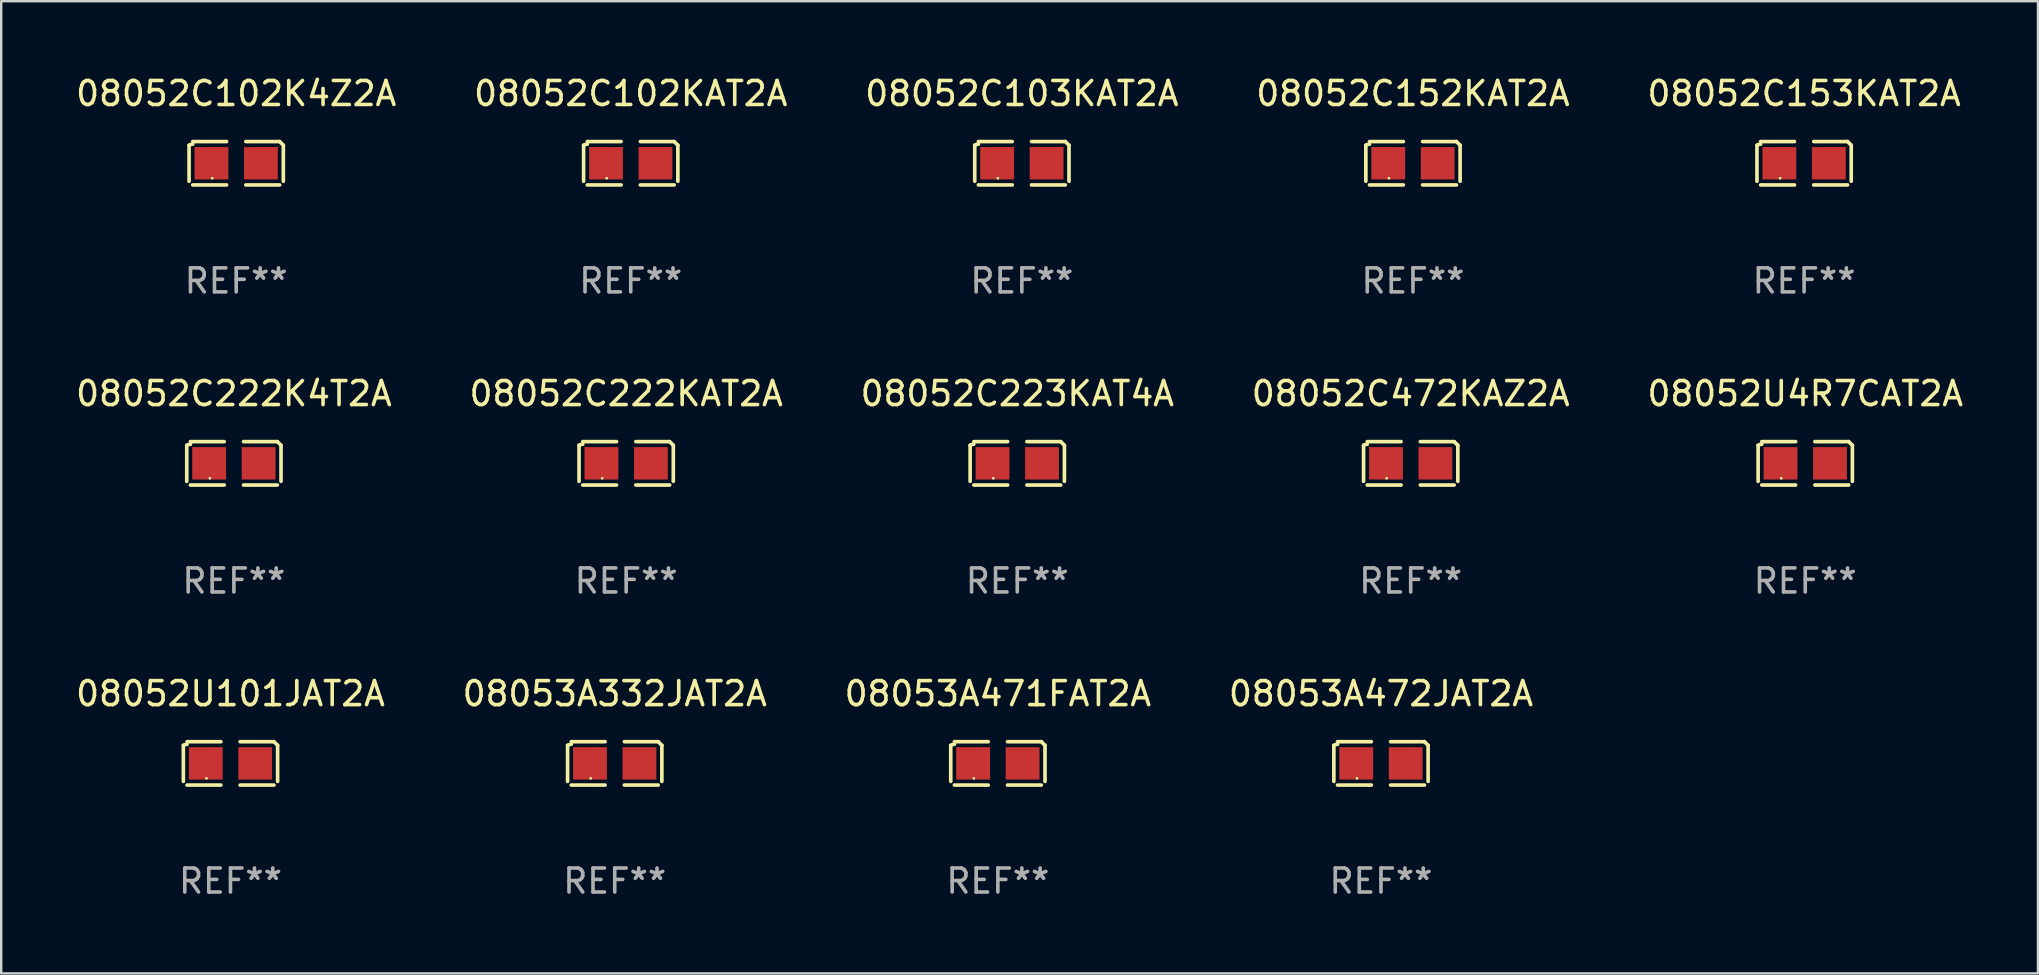
<source format=kicad_pcb>
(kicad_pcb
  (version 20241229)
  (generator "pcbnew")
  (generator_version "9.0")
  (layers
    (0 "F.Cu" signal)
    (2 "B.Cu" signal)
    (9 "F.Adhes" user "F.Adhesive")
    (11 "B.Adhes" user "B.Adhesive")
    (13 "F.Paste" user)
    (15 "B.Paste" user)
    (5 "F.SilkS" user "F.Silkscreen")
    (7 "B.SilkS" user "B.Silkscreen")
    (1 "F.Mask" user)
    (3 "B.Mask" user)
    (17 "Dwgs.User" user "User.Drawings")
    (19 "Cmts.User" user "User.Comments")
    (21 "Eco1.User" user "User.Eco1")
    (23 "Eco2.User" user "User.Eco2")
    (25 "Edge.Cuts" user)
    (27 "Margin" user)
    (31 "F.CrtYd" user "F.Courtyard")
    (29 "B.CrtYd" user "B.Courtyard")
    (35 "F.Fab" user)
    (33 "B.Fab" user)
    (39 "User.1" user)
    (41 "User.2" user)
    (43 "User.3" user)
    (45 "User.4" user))
  (footprint "08053A332JAT2A"
    (layer "F.Cu")
    (at 22.565 28.759)
    (property "Reference" "08053A332JAT2A" (at 0 -2.904 0) (layer "F.SilkS") (effects (font (size 1 1) (thickness 0.15))))
    (attr through_hole)
    (fp_line (start -1.964 0.751) (end -1.964 -0.751) (stroke (width 0.152) (type solid)) (layer "F.SilkS"))
    (fp_line (start -1.811 -0.904) (end -0.401 -0.904) (stroke (width 0.152) (type solid)) (layer "F.SilkS"))
    (fp_line (start -0.401 0.904) (end -1.811 0.904) (stroke (width 0.152) (type solid)) (layer "F.SilkS"))
    (fp_line (start 0.401 0.904) (end 1.811 0.904) (stroke (width 0.152) (type solid)) (layer "F.SilkS"))
    (fp_line (start 1.811 -0.904) (end 0.401 -0.904) (stroke (width 0.152) (type solid)) (layer "F.SilkS"))
    (fp_line (start 1.964 0.751) (end 1.964 -0.751) (stroke (width 0.152) (type solid)) (layer "F.SilkS"))
    (fp_arc (start -1.963602 -0.751207) (mid -1.890354 -0.783131) (end -1.811201 -0.794044) (stroke (width 0.1524) (type solid)) (layer "F.SilkS"))
    (fp_arc (start 1.811202 -0.903607) (mid 1.887413 -0.827418) (end 1.963602 -0.751207) (stroke (width 0.1524) (type solid)) (layer "F.SilkS"))
    (fp_circle (center -1 0.625) (end -0.97 0.625) (stroke (width 0.06) (type solid)) (fill no) (layer "F.SilkS"))
    (fp_text user "REF**" (at 0 4.904 0) (layer "F.Fab") (effects (font (size 1 1) (thickness 0.15))))
    (pad "1" smd rect (at -1.03 0) (size 1.41 1.35) (layers "F.Cu" "F.Mask" "F.Paste"))
    (pad "2" smd rect (at 1.03 0) (size 1.41 1.35) (layers "F.Cu" "F.Mask" "F.Paste")))
  (footprint "08052C102K4Z2A"
    (layer "F.Cu")
    (at 6.792 3.752)
    (property "Reference" "08052C102K4Z2A" (at 0 -2.904 0) (layer "F.SilkS") (effects (font (size 1 1) (thickness 0.15))))
    (attr through_hole)
    (fp_line (start -1.964 0.751) (end -1.964 -0.751) (stroke (width 0.152) (type solid)) (layer "F.SilkS"))
    (fp_line (start -1.811 -0.904) (end -0.401 -0.904) (stroke (width 0.152) (type solid)) (layer "F.SilkS"))
    (fp_line (start -0.401 0.904) (end -1.811 0.904) (stroke (width 0.152) (type solid)) (layer "F.SilkS"))
    (fp_line (start 0.401 0.904) (end 1.811 0.904) (stroke (width 0.152) (type solid)) (layer "F.SilkS"))
    (fp_line (start 1.811 -0.904) (end 0.401 -0.904) (stroke (width 0.152) (type solid)) (layer "F.SilkS"))
    (fp_line (start 1.964 0.751) (end 1.964 -0.751) (stroke (width 0.152) (type solid)) (layer "F.SilkS"))
    (fp_arc (start -1.963602 -0.751207) (mid -1.890354 -0.783131) (end -1.811201 -0.794044) (stroke (width 0.1524) (type solid)) (layer "F.SilkS"))
    (fp_arc (start 1.811202 -0.903607) (mid 1.887413 -0.827418) (end 1.963602 -0.751207) (stroke (width 0.1524) (type solid)) (layer "F.SilkS"))
    (fp_circle (center -1 0.625) (end -0.97 0.625) (stroke (width 0.06) (type solid)) (fill no) (layer "F.SilkS"))
    (fp_text user "REF**" (at 0 4.904 0) (layer "F.Fab") (effects (font (size 1 1) (thickness 0.15))))
    (pad "1" smd rect (at -1.03 0) (size 1.41 1.35) (layers "F.Cu" "F.Mask" "F.Paste"))
    (pad "2" smd rect (at 1.03 0) (size 1.41 1.35) (layers "F.Cu" "F.Mask" "F.Paste")))
  (footprint "08053A471FAT2A"
    (layer "F.Cu")
    (at 38.53 28.759)
    (property "Reference" "08053A471FAT2A" (at 0 -2.904 0) (layer "F.SilkS") (effects (font (size 1 1) (thickness 0.15))))
    (attr through_hole)
    (fp_line (start -1.964 0.751) (end -1.964 -0.751) (stroke (width 0.152) (type solid)) (layer "F.SilkS"))
    (fp_line (start -1.811 -0.904) (end -0.401 -0.904) (stroke (width 0.152) (type solid)) (layer "F.SilkS"))
    (fp_line (start -0.401 0.904) (end -1.811 0.904) (stroke (width 0.152) (type solid)) (layer "F.SilkS"))
    (fp_line (start 0.401 0.904) (end 1.811 0.904) (stroke (width 0.152) (type solid)) (layer "F.SilkS"))
    (fp_line (start 1.811 -0.904) (end 0.401 -0.904) (stroke (width 0.152) (type solid)) (layer "F.SilkS"))
    (fp_line (start 1.964 0.751) (end 1.964 -0.751) (stroke (width 0.152) (type solid)) (layer "F.SilkS"))
    (fp_arc (start -1.963602 -0.751207) (mid -1.890354 -0.783131) (end -1.811201 -0.794044) (stroke (width 0.1524) (type solid)) (layer "F.SilkS"))
    (fp_arc (start 1.811202 -0.903607) (mid 1.887413 -0.827418) (end 1.963602 -0.751207) (stroke (width 0.1524) (type solid)) (layer "F.SilkS"))
    (fp_circle (center -1 0.625) (end -0.97 0.625) (stroke (width 0.06) (type solid)) (fill no) (layer "F.SilkS"))
    (fp_text user "REF**" (at 0 4.904 0) (layer "F.Fab") (effects (font (size 1 1) (thickness 0.15))))
    (pad "1" smd rect (at -1.03 0) (size 1.41 1.35) (layers "F.Cu" "F.Mask" "F.Paste"))
    (pad "2" smd rect (at 1.03 0) (size 1.41 1.35) (layers "F.Cu" "F.Mask" "F.Paste")))
  (footprint "08052C222K4T2A"
    (layer "F.Cu")
    (at 6.696 16.256)
    (property "Reference" "08052C222K4T2A" (at 0 -2.904 0) (layer "F.SilkS") (effects (font (size 1 1) (thickness 0.15))))
    (attr through_hole)
    (fp_line (start -1.964 0.751) (end -1.964 -0.751) (stroke (width 0.152) (type solid)) (layer "F.SilkS"))
    (fp_line (start -1.811 -0.904) (end -0.401 -0.904) (stroke (width 0.152) (type solid)) (layer "F.SilkS"))
    (fp_line (start -0.401 0.904) (end -1.811 0.904) (stroke (width 0.152) (type solid)) (layer "F.SilkS"))
    (fp_line (start 0.401 0.904) (end 1.811 0.904) (stroke (width 0.152) (type solid)) (layer "F.SilkS"))
    (fp_line (start 1.811 -0.904) (end 0.401 -0.904) (stroke (width 0.152) (type solid)) (layer "F.SilkS"))
    (fp_line (start 1.964 0.751) (end 1.964 -0.751) (stroke (width 0.152) (type solid)) (layer "F.SilkS"))
    (fp_arc (start -1.963602 -0.751207) (mid -1.890354 -0.783131) (end -1.811201 -0.794044) (stroke (width 0.1524) (type solid)) (layer "F.SilkS"))
    (fp_arc (start 1.811202 -0.903607) (mid 1.887413 -0.827418) (end 1.963602 -0.751207) (stroke (width 0.1524) (type solid)) (layer "F.SilkS"))
    (fp_circle (center -1 0.625) (end -0.97 0.625) (stroke (width 0.06) (type solid)) (fill no) (layer "F.SilkS"))
    (fp_text user "REF**" (at 0 4.904 0) (layer "F.Fab") (effects (font (size 1 1) (thickness 0.15))))
    (pad "1" smd rect (at -1.03 0) (size 1.41 1.35) (layers "F.Cu" "F.Mask" "F.Paste"))
    (pad "2" smd rect (at 1.03 0) (size 1.41 1.35) (layers "F.Cu" "F.Mask" "F.Paste")))
  (footprint "08053A472JAT2A"
    (layer "F.Cu")
    (at 54.494 28.759)
    (property "Reference" "08053A472JAT2A" (at 0 -2.904 0) (layer "F.SilkS") (effects (font (size 1 1) (thickness 0.15))))
    (attr through_hole)
    (fp_line (start -1.964 0.751) (end -1.964 -0.751) (stroke (width 0.152) (type solid)) (layer "F.SilkS"))
    (fp_line (start -1.811 -0.904) (end -0.401 -0.904) (stroke (width 0.152) (type solid)) (layer "F.SilkS"))
    (fp_line (start -0.401 0.904) (end -1.811 0.904) (stroke (width 0.152) (type solid)) (layer "F.SilkS"))
    (fp_line (start 0.401 0.904) (end 1.811 0.904) (stroke (width 0.152) (type solid)) (layer "F.SilkS"))
    (fp_line (start 1.811 -0.904) (end 0.401 -0.904) (stroke (width 0.152) (type solid)) (layer "F.SilkS"))
    (fp_line (start 1.964 0.751) (end 1.964 -0.751) (stroke (width 0.152) (type solid)) (layer "F.SilkS"))
    (fp_arc (start -1.963602 -0.751207) (mid -1.890354 -0.783131) (end -1.811201 -0.794044) (stroke (width 0.1524) (type solid)) (layer "F.SilkS"))
    (fp_arc (start 1.811202 -0.903607) (mid 1.887413 -0.827418) (end 1.963602 -0.751207) (stroke (width 0.1524) (type solid)) (layer "F.SilkS"))
    (fp_circle (center -1 0.625) (end -0.97 0.625) (stroke (width 0.06) (type solid)) (fill no) (layer "F.SilkS"))
    (fp_text user "REF**" (at 0 4.904 0) (layer "F.Fab") (effects (font (size 1 1) (thickness 0.15))))
    (pad "1" smd rect (at -1.03 0) (size 1.41 1.35) (layers "F.Cu" "F.Mask" "F.Paste"))
    (pad "2" smd rect (at 1.03 0) (size 1.41 1.35) (layers "F.Cu" "F.Mask" "F.Paste")))
  (footprint "08052U4R7CAT2A"
    (layer "F.Cu")
    (at 72.173 16.256)
    (property "Reference" "08052U4R7CAT2A" (at 0 -2.904 0) (layer "F.SilkS") (effects (font (size 1 1) (thickness 0.15))))
    (attr through_hole)
    (fp_line (start -1.964 0.751) (end -1.964 -0.751) (stroke (width 0.152) (type solid)) (layer "F.SilkS"))
    (fp_line (start -1.811 -0.904) (end -0.401 -0.904) (stroke (width 0.152) (type solid)) (layer "F.SilkS"))
    (fp_line (start -0.401 0.904) (end -1.811 0.904) (stroke (width 0.152) (type solid)) (layer "F.SilkS"))
    (fp_line (start 0.401 0.904) (end 1.811 0.904) (stroke (width 0.152) (type solid)) (layer "F.SilkS"))
    (fp_line (start 1.811 -0.904) (end 0.401 -0.904) (stroke (width 0.152) (type solid)) (layer "F.SilkS"))
    (fp_line (start 1.964 0.751) (end 1.964 -0.751) (stroke (width 0.152) (type solid)) (layer "F.SilkS"))
    (fp_arc (start -1.963602 -0.751207) (mid -1.890354 -0.783131) (end -1.811201 -0.794044) (stroke (width 0.1524) (type solid)) (layer "F.SilkS"))
    (fp_arc (start 1.811202 -0.903607) (mid 1.887413 -0.827418) (end 1.963602 -0.751207) (stroke (width 0.1524) (type solid)) (layer "F.SilkS"))
    (fp_circle (center -1 0.625) (end -0.97 0.625) (stroke (width 0.06) (type solid)) (fill no) (layer "F.SilkS"))
    (fp_text user "REF**" (at 0 4.904 0) (layer "F.Fab") (effects (font (size 1 1) (thickness 0.15))))
    (pad "1" smd rect (at -1.03 0) (size 1.41 1.35) (layers "F.Cu" "F.Mask" "F.Paste"))
    (pad "2" smd rect (at 1.03 0) (size 1.41 1.35) (layers "F.Cu" "F.Mask" "F.Paste")))
  (footprint "08052C102KAT2A"
    (layer "F.Cu")
    (at 23.232 3.752)
    (property "Reference" "08052C102KAT2A" (at 0 -2.904 0) (layer "F.SilkS") (effects (font (size 1 1) (thickness 0.15))))
    (attr through_hole)
    (fp_line (start -1.964 0.751) (end -1.964 -0.751) (stroke (width 0.152) (type solid)) (layer "F.SilkS"))
    (fp_line (start -1.811 -0.904) (end -0.401 -0.904) (stroke (width 0.152) (type solid)) (layer "F.SilkS"))
    (fp_line (start -0.401 0.904) (end -1.811 0.904) (stroke (width 0.152) (type solid)) (layer "F.SilkS"))
    (fp_line (start 0.401 0.904) (end 1.811 0.904) (stroke (width 0.152) (type solid)) (layer "F.SilkS"))
    (fp_line (start 1.811 -0.904) (end 0.401 -0.904) (stroke (width 0.152) (type solid)) (layer "F.SilkS"))
    (fp_line (start 1.964 0.751) (end 1.964 -0.751) (stroke (width 0.152) (type solid)) (layer "F.SilkS"))
    (fp_arc (start -1.963602 -0.751207) (mid -1.890354 -0.783131) (end -1.811201 -0.794044) (stroke (width 0.1524) (type solid)) (layer "F.SilkS"))
    (fp_arc (start 1.811202 -0.903607) (mid 1.887413 -0.827418) (end 1.963602 -0.751207) (stroke (width 0.1524) (type solid)) (layer "F.SilkS"))
    (fp_circle (center -1 0.625) (end -0.97 0.625) (stroke (width 0.06) (type solid)) (fill no) (layer "F.SilkS"))
    (fp_text user "REF**" (at 0 4.904 0) (layer "F.Fab") (effects (font (size 1 1) (thickness 0.15))))
    (pad "1" smd rect (at -1.03 0) (size 1.41 1.35) (layers "F.Cu" "F.Mask" "F.Paste"))
    (pad "2" smd rect (at 1.03 0) (size 1.41 1.35) (layers "F.Cu" "F.Mask" "F.Paste")))
  (footprint "08052C222KAT2A"
    (layer "F.Cu")
    (at 23.042 16.256)
    (property "Reference" "08052C222KAT2A" (at 0 -2.904 0) (layer "F.SilkS") (effects (font (size 1 1) (thickness 0.15))))
    (attr through_hole)
    (fp_line (start -1.964 0.751) (end -1.964 -0.751) (stroke (width 0.152) (type solid)) (layer "F.SilkS"))
    (fp_line (start -1.811 -0.904) (end -0.401 -0.904) (stroke (width 0.152) (type solid)) (layer "F.SilkS"))
    (fp_line (start -0.401 0.904) (end -1.811 0.904) (stroke (width 0.152) (type solid)) (layer "F.SilkS"))
    (fp_line (start 0.401 0.904) (end 1.811 0.904) (stroke (width 0.152) (type solid)) (layer "F.SilkS"))
    (fp_line (start 1.811 -0.904) (end 0.401 -0.904) (stroke (width 0.152) (type solid)) (layer "F.SilkS"))
    (fp_line (start 1.964 0.751) (end 1.964 -0.751) (stroke (width 0.152) (type solid)) (layer "F.SilkS"))
    (fp_arc (start -1.963602 -0.751207) (mid -1.890354 -0.783131) (end -1.811201 -0.794044) (stroke (width 0.1524) (type solid)) (layer "F.SilkS"))
    (fp_arc (start 1.811202 -0.903607) (mid 1.887413 -0.827418) (end 1.963602 -0.751207) (stroke (width 0.1524) (type solid)) (layer "F.SilkS"))
    (fp_circle (center -1 0.625) (end -0.97 0.625) (stroke (width 0.06) (type solid)) (fill no) (layer "F.SilkS"))
    (fp_text user "REF**" (at 0 4.904 0) (layer "F.Fab") (effects (font (size 1 1) (thickness 0.15))))
    (pad "1" smd rect (at -1.03 0) (size 1.41 1.35) (layers "F.Cu" "F.Mask" "F.Paste"))
    (pad "2" smd rect (at 1.03 0) (size 1.41 1.35) (layers "F.Cu" "F.Mask" "F.Paste")))
  (footprint "08052C223KAT4A"
    (layer "F.Cu")
    (at 39.339 16.256)
    (property "Reference" "08052C223KAT4A" (at 0 -2.904 0) (layer "F.SilkS") (effects (font (size 1 1) (thickness 0.15))))
    (attr through_hole)
    (fp_line (start -1.964 0.751) (end -1.964 -0.751) (stroke (width 0.152) (type solid)) (layer "F.SilkS"))
    (fp_line (start -1.811 -0.904) (end -0.401 -0.904) (stroke (width 0.152) (type solid)) (layer "F.SilkS"))
    (fp_line (start -0.401 0.904) (end -1.811 0.904) (stroke (width 0.152) (type solid)) (layer "F.SilkS"))
    (fp_line (start 0.401 0.904) (end 1.811 0.904) (stroke (width 0.152) (type solid)) (layer "F.SilkS"))
    (fp_line (start 1.811 -0.904) (end 0.401 -0.904) (stroke (width 0.152) (type solid)) (layer "F.SilkS"))
    (fp_line (start 1.964 0.751) (end 1.964 -0.751) (stroke (width 0.152) (type solid)) (layer "F.SilkS"))
    (fp_arc (start -1.963602 -0.751207) (mid -1.890354 -0.783131) (end -1.811201 -0.794044) (stroke (width 0.1524) (type solid)) (layer "F.SilkS"))
    (fp_arc (start 1.811202 -0.903607) (mid 1.887413 -0.827418) (end 1.963602 -0.751207) (stroke (width 0.1524) (type solid)) (layer "F.SilkS"))
    (fp_circle (center -1 0.625) (end -0.97 0.625) (stroke (width 0.06) (type solid)) (fill no) (layer "F.SilkS"))
    (fp_text user "REF**" (at 0 4.904 0) (layer "F.Fab") (effects (font (size 1 1) (thickness 0.15))))
    (pad "1" smd rect (at -1.03 0) (size 1.41 1.35) (layers "F.Cu" "F.Mask" "F.Paste"))
    (pad "2" smd rect (at 1.03 0) (size 1.41 1.35) (layers "F.Cu" "F.Mask" "F.Paste")))
  (footprint "08052U101JAT2A"
    (layer "F.Cu")
    (at 6.554 28.759)
    (property "Reference" "08052U101JAT2A" (at 0 -2.904 0) (layer "F.SilkS") (effects (font (size 1 1) (thickness 0.15))))
    (attr through_hole)
    (fp_line (start -1.964 0.751) (end -1.964 -0.751) (stroke (width 0.152) (type solid)) (layer "F.SilkS"))
    (fp_line (start -1.811 -0.904) (end -0.401 -0.904) (stroke (width 0.152) (type solid)) (layer "F.SilkS"))
    (fp_line (start -0.401 0.904) (end -1.811 0.904) (stroke (width 0.152) (type solid)) (layer "F.SilkS"))
    (fp_line (start 0.401 0.904) (end 1.811 0.904) (stroke (width 0.152) (type solid)) (layer "F.SilkS"))
    (fp_line (start 1.811 -0.904) (end 0.401 -0.904) (stroke (width 0.152) (type solid)) (layer "F.SilkS"))
    (fp_line (start 1.964 0.751) (end 1.964 -0.751) (stroke (width 0.152) (type solid)) (layer "F.SilkS"))
    (fp_arc (start -1.963602 -0.751207) (mid -1.890354 -0.783131) (end -1.811201 -0.794044) (stroke (width 0.1524) (type solid)) (layer "F.SilkS"))
    (fp_arc (start 1.811202 -0.903607) (mid 1.887413 -0.827418) (end 1.963602 -0.751207) (stroke (width 0.1524) (type solid)) (layer "F.SilkS"))
    (fp_circle (center -1 0.625) (end -0.97 0.625) (stroke (width 0.06) (type solid)) (fill no) (layer "F.SilkS"))
    (fp_text user "REF**" (at 0 4.904 0) (layer "F.Fab") (effects (font (size 1 1) (thickness 0.15))))
    (pad "1" smd rect (at -1.03 0) (size 1.41 1.35) (layers "F.Cu" "F.Mask" "F.Paste"))
    (pad "2" smd rect (at 1.03 0) (size 1.41 1.35) (layers "F.Cu" "F.Mask" "F.Paste")))
  (footprint "08052C152KAT2A"
    (layer "F.Cu")
    (at 55.827 3.752)
    (property "Reference" "08052C152KAT2A" (at 0 -2.904 0) (layer "F.SilkS") (effects (font (size 1 1) (thickness 0.15))))
    (attr through_hole)
    (fp_line (start -1.964 0.751) (end -1.964 -0.751) (stroke (width 0.152) (type solid)) (layer "F.SilkS"))
    (fp_line (start -1.811 -0.904) (end -0.401 -0.904) (stroke (width 0.152) (type solid)) (layer "F.SilkS"))
    (fp_line (start -0.401 0.904) (end -1.811 0.904) (stroke (width 0.152) (type solid)) (layer "F.SilkS"))
    (fp_line (start 0.401 0.904) (end 1.811 0.904) (stroke (width 0.152) (type solid)) (layer "F.SilkS"))
    (fp_line (start 1.811 -0.904) (end 0.401 -0.904) (stroke (width 0.152) (type solid)) (layer "F.SilkS"))
    (fp_line (start 1.964 0.751) (end 1.964 -0.751) (stroke (width 0.152) (type solid)) (layer "F.SilkS"))
    (fp_arc (start -1.963602 -0.751207) (mid -1.890354 -0.783131) (end -1.811201 -0.794044) (stroke (width 0.1524) (type solid)) (layer "F.SilkS"))
    (fp_arc (start 1.811202 -0.903607) (mid 1.887413 -0.827418) (end 1.963602 -0.751207) (stroke (width 0.1524) (type solid)) (layer "F.SilkS"))
    (fp_circle (center -1 0.625) (end -0.97 0.625) (stroke (width 0.06) (type solid)) (fill no) (layer "F.SilkS"))
    (fp_text user "REF**" (at 0 4.904 0) (layer "F.Fab") (effects (font (size 1 1) (thickness 0.15))))
    (pad "1" smd rect (at -1.03 0) (size 1.41 1.35) (layers "F.Cu" "F.Mask" "F.Paste"))
    (pad "2" smd rect (at 1.03 0) (size 1.41 1.35) (layers "F.Cu" "F.Mask" "F.Paste")))
  (footprint "08052C103KAT2A"
    (layer "F.Cu")
    (at 39.53 3.752)
    (property "Reference" "08052C103KAT2A" (at 0 -2.904 0) (layer "F.SilkS") (effects (font (size 1 1) (thickness 0.15))))
    (attr through_hole)
    (fp_line (start -1.964 0.751) (end -1.964 -0.751) (stroke (width 0.152) (type solid)) (layer "F.SilkS"))
    (fp_line (start -1.811 -0.904) (end -0.401 -0.904) (stroke (width 0.152) (type solid)) (layer "F.SilkS"))
    (fp_line (start -0.401 0.904) (end -1.811 0.904) (stroke (width 0.152) (type solid)) (layer "F.SilkS"))
    (fp_line (start 0.401 0.904) (end 1.811 0.904) (stroke (width 0.152) (type solid)) (layer "F.SilkS"))
    (fp_line (start 1.811 -0.904) (end 0.401 -0.904) (stroke (width 0.152) (type solid)) (layer "F.SilkS"))
    (fp_line (start 1.964 0.751) (end 1.964 -0.751) (stroke (width 0.152) (type solid)) (layer "F.SilkS"))
    (fp_arc (start -1.963602 -0.751207) (mid -1.890354 -0.783131) (end -1.811201 -0.794044) (stroke (width 0.1524) (type solid)) (layer "F.SilkS"))
    (fp_arc (start 1.811202 -0.903607) (mid 1.887413 -0.827418) (end 1.963602 -0.751207) (stroke (width 0.1524) (type solid)) (layer "F.SilkS"))
    (fp_circle (center -1 0.625) (end -0.97 0.625) (stroke (width 0.06) (type solid)) (fill no) (layer "F.SilkS"))
    (fp_text user "REF**" (at 0 4.904 0) (layer "F.Fab") (effects (font (size 1 1) (thickness 0.15))))
    (pad "1" smd rect (at -1.03 0) (size 1.41 1.35) (layers "F.Cu" "F.Mask" "F.Paste"))
    (pad "2" smd rect (at 1.03 0) (size 1.41 1.35) (layers "F.Cu" "F.Mask" "F.Paste")))
  (footprint "08052C472KAZ2A"
    (layer "F.Cu")
    (at 55.732 16.256)
    (property "Reference" "08052C472KAZ2A" (at 0 -2.904 0) (layer "F.SilkS") (effects (font (size 1 1) (thickness 0.15))))
    (attr through_hole)
    (fp_line (start -1.964 0.751) (end -1.964 -0.751) (stroke (width 0.152) (type solid)) (layer "F.SilkS"))
    (fp_line (start -1.811 -0.904) (end -0.401 -0.904) (stroke (width 0.152) (type solid)) (layer "F.SilkS"))
    (fp_line (start -0.401 0.904) (end -1.811 0.904) (stroke (width 0.152) (type solid)) (layer "F.SilkS"))
    (fp_line (start 0.401 0.904) (end 1.811 0.904) (stroke (width 0.152) (type solid)) (layer "F.SilkS"))
    (fp_line (start 1.811 -0.904) (end 0.401 -0.904) (stroke (width 0.152) (type solid)) (layer "F.SilkS"))
    (fp_line (start 1.964 0.751) (end 1.964 -0.751) (stroke (width 0.152) (type solid)) (layer "F.SilkS"))
    (fp_arc (start -1.963602 -0.751207) (mid -1.890354 -0.783131) (end -1.811201 -0.794044) (stroke (width 0.1524) (type solid)) (layer "F.SilkS"))
    (fp_arc (start 1.811202 -0.903607) (mid 1.887413 -0.827418) (end 1.963602 -0.751207) (stroke (width 0.1524) (type solid)) (layer "F.SilkS"))
    (fp_circle (center -1 0.625) (end -0.97 0.625) (stroke (width 0.06) (type solid)) (fill no) (layer "F.SilkS"))
    (fp_text user "REF**" (at 0 4.904 0) (layer "F.Fab") (effects (font (size 1 1) (thickness 0.15))))
    (pad "1" smd rect (at -1.03 0) (size 1.41 1.35) (layers "F.Cu" "F.Mask" "F.Paste"))
    (pad "2" smd rect (at 1.03 0) (size 1.41 1.35) (layers "F.Cu" "F.Mask" "F.Paste")))
  (footprint "08052C153KAT2A"
    (layer "F.Cu")
    (at 72.125 3.752)
    (property "Reference" "08052C153KAT2A" (at 0 -2.904 0) (layer "F.SilkS") (effects (font (size 1 1) (thickness 0.15))))
    (attr through_hole)
    (fp_line (start -1.964 0.751) (end -1.964 -0.751) (stroke (width 0.152) (type solid)) (layer "F.SilkS"))
    (fp_line (start -1.811 -0.904) (end -0.401 -0.904) (stroke (width 0.152) (type solid)) (layer "F.SilkS"))
    (fp_line (start -0.401 0.904) (end -1.811 0.904) (stroke (width 0.152) (type solid)) (layer "F.SilkS"))
    (fp_line (start 0.401 0.904) (end 1.811 0.904) (stroke (width 0.152) (type solid)) (layer "F.SilkS"))
    (fp_line (start 1.811 -0.904) (end 0.401 -0.904) (stroke (width 0.152) (type solid)) (layer "F.SilkS"))
    (fp_line (start 1.964 0.751) (end 1.964 -0.751) (stroke (width 0.152) (type solid)) (layer "F.SilkS"))
    (fp_arc (start -1.963602 -0.751207) (mid -1.890354 -0.783131) (end -1.811201 -0.794044) (stroke (width 0.1524) (type solid)) (layer "F.SilkS"))
    (fp_arc (start 1.811202 -0.903607) (mid 1.887413 -0.827418) (end 1.963602 -0.751207) (stroke (width 0.1524) (type solid)) (layer "F.SilkS"))
    (fp_circle (center -1 0.625) (end -0.97 0.625) (stroke (width 0.06) (type solid)) (fill no) (layer "F.SilkS"))
    (fp_text user "REF**" (at 0 4.904 0) (layer "F.Fab") (effects (font (size 1 1) (thickness 0.15))))
    (pad "1" smd rect (at -1.03 0) (size 1.41 1.35) (layers "F.Cu" "F.Mask" "F.Paste"))
    (pad "2" smd rect (at 1.03 0) (size 1.41 1.35) (layers "F.Cu" "F.Mask" "F.Paste")))
  (gr_rect
    (start -3 -3)
    (end 81.869 37.511)
    (stroke (width 0.1) (type default))
    (fill no)
    (layer "Edge.Cuts")))
</source>
